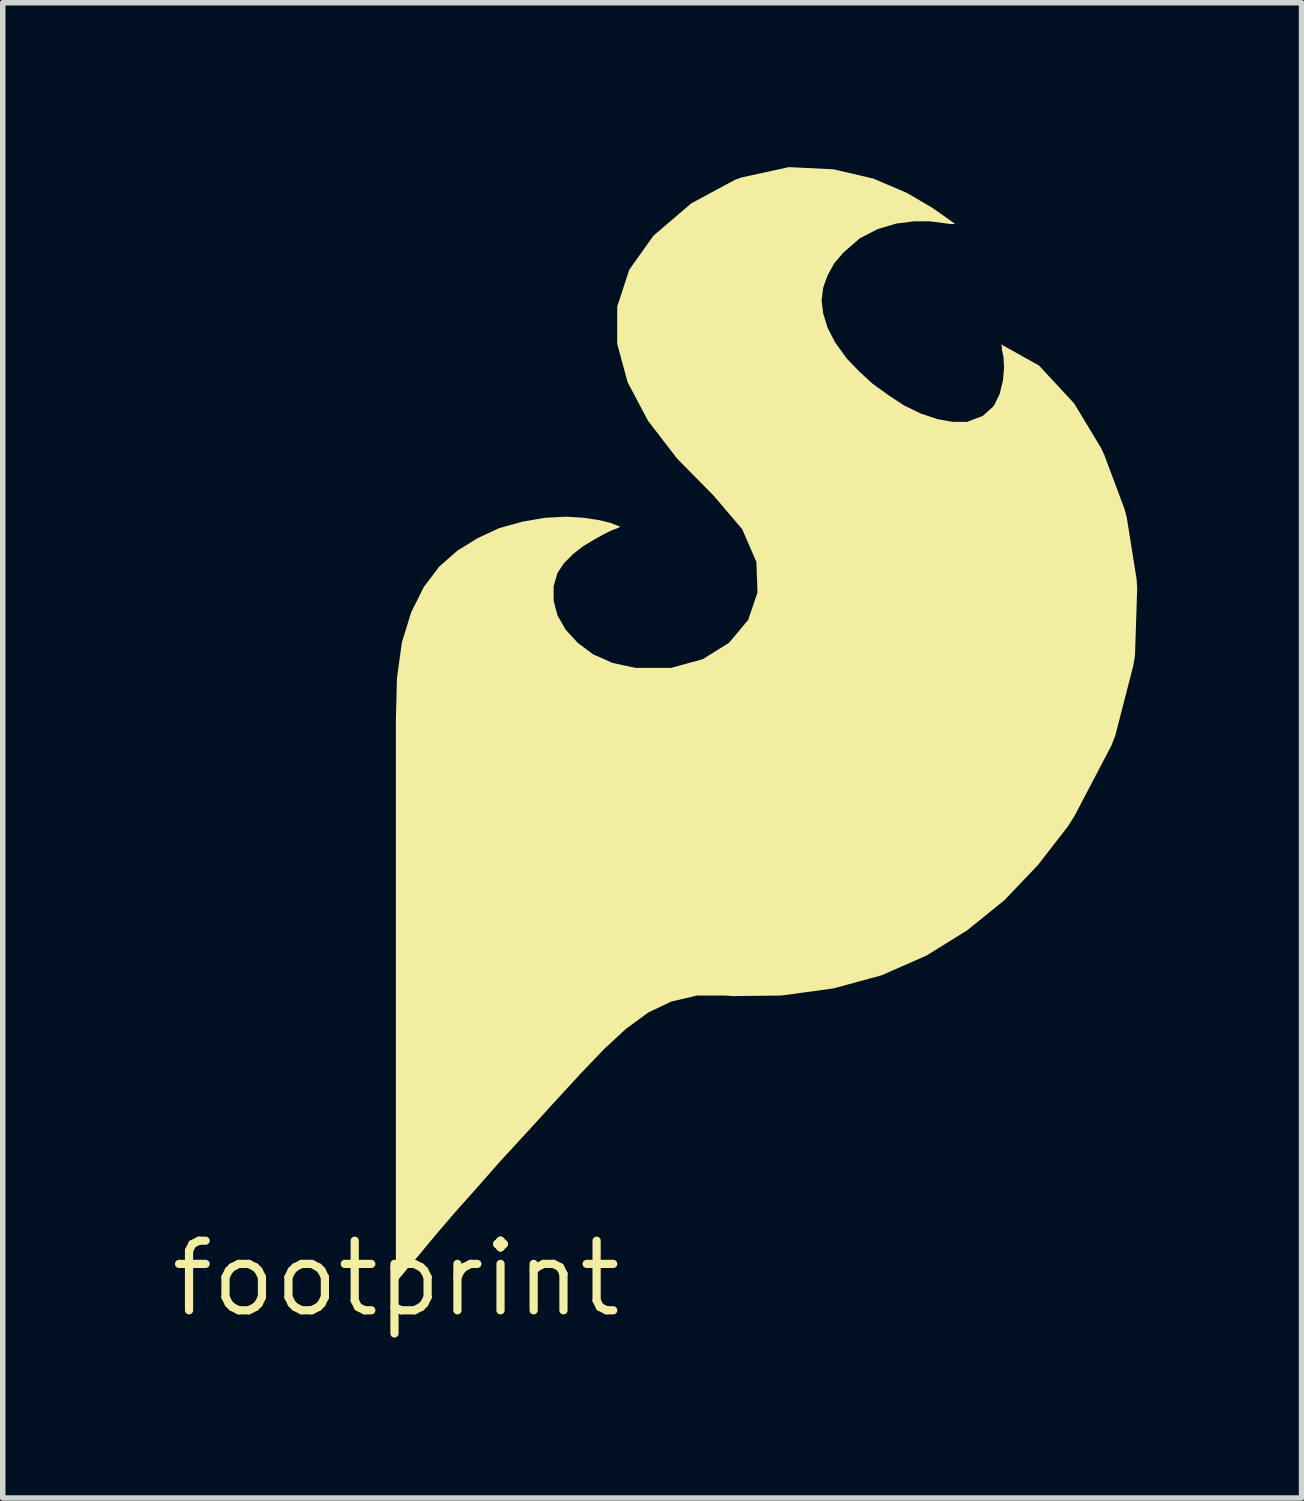
<source format=kicad_pcb>
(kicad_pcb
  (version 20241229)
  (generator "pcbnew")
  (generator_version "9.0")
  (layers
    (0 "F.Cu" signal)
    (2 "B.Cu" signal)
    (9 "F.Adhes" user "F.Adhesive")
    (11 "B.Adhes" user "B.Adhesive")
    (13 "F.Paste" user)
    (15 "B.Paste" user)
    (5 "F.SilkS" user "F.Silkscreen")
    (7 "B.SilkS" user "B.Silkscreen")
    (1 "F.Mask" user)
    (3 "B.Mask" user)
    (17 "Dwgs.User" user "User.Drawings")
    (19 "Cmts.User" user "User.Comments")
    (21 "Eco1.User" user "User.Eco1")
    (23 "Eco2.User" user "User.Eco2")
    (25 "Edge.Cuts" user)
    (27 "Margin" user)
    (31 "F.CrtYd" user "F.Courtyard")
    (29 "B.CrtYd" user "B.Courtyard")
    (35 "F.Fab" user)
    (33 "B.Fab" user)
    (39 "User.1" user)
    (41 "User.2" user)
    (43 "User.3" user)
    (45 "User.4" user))
  (footprint "footprint"
    (layer "F.Cu")
    (at 4.18 20.285)
    (property "Reference" "footprint" (at 0 0 0) (layer "F.SilkS") (effects (font (size 1.27 1.27) (thickness 0.15))))
    (fp_poly (pts (xy 7.981 -20.245) (xy 8.712 -20.075) (xy 9.322 -19.814) (xy 9.783 -19.544) (xy 10.083 -19.334) (xy 10.205 -19.245) (xy 10.13 -19.245) (xy 9.979 -19.265) (xy 9.74 -19.295) (xy 9.45 -19.295) (xy 9.131 -19.255) (xy 8.792 -19.155) (xy 8.463 -18.986) (xy 8.164 -18.726) (xy 7.994 -18.527) (xy 7.875 -18.308) (xy 7.795 -18.089) (xy 7.765 -17.85) (xy 7.795 -17.611) (xy 7.875 -17.352) (xy 8.014 -17.083) (xy 8.224 -16.793) (xy 8.443 -16.564) (xy 8.693 -16.334) (xy 8.983 -16.124) (xy 9.272 -15.934) (xy 9.582 -15.785) (xy 9.881 -15.685) (xy 10.16 -15.635) (xy 10.419 -15.635) (xy 10.707 -15.744) (xy 10.906 -15.923) (xy 11.015 -16.142) (xy 11.075 -16.391) (xy 11.095 -16.62) (xy 11.085 -16.819) (xy 11.055 -16.959) (xy 11.055 -17.019) (xy 11.038 -17.052) (xy 11.733 -16.664) (xy 12.374 -15.973) (xy 12.864 -15.162) (xy 12.925 -15.032) (xy 13.295 -14.042) (xy 13.335 -13.891) (xy 13.515 -12.761) (xy 13.525 -12.59) (xy 13.485 -11.37) (xy 13.455 -11.189) (xy 13.125 -9.908) (xy 13.055 -9.728) (xy 12.384 -8.448) (xy 12.264 -8.257) (xy 11.714 -7.547) (xy 11.103 -6.906) (xy 10.423 -6.356) (xy 9.682 -5.896) (xy 8.862 -5.535) (xy 7.981 -5.295) (xy 7.03 -5.165) (xy 6.14 -5.155) (xy 6.01 -5.165) (xy 5.491 -5.165) (xy 5.022 -5.055) (xy 4.603 -4.856) (xy 4.193 -4.556) (xy 3.794 -4.186) (xy 3.374 -3.747) (xy 2.914 -3.247) (xy 2.404 -2.687) (xy 1.924 -2.167) (xy 1.484 -1.667) (xy 1.074 -1.207) (xy 0.714 -0.787) (xy 0.424 -0.437) (xy 0.194 -0.167) (xy 0.054 0.003) (xy -0.005 0.074) (xy -0.005 -10.19) (xy 0.015 -10.96) (xy 0.105 -11.611) (xy 0.275 -12.162) (xy 0.506 -12.623) (xy 0.786 -12.993) (xy 1.117 -13.284) (xy 1.488 -13.514) (xy 1.878 -13.695) (xy 2.309 -13.815) (xy 2.719 -13.885) (xy 3.1 -13.905) (xy 3.421 -13.885) (xy 3.691 -13.845) (xy 3.901 -13.795) (xy 4.032 -13.745) (xy 4.092 -13.721) (xy 4.042 -13.695) (xy 3.932 -13.655) (xy 3.792 -13.586) (xy 3.612 -13.486) (xy 3.413 -13.366) (xy 3.233 -13.226) (xy 3.064 -13.057) (xy 2.945 -12.878) (xy 2.875 -12.639) (xy 2.875 -12.371) (xy 2.945 -12.102) (xy 3.094 -11.843) (xy 3.313 -11.604) (xy 3.593 -11.394) (xy 3.952 -11.235) (xy 4.371 -11.145) (xy 5.019 -11.145) (xy 5.598 -11.305) (xy 6.077 -11.604) (xy 6.426 -12.022) (xy 6.595 -12.521) (xy 6.575 -13.079) (xy 6.316 -13.677) (xy 5.796 -14.287) (xy 5.126 -14.967) (xy 4.596 -15.657) (xy 4.225 -16.358) (xy 4.035 -17.059) (xy 4.035 -17.741) (xy 4.255 -18.412) (xy 4.696 -19.033) (xy 5.387 -19.624) (xy 6.188 -20.055) (xy 6.299 -20.095) (xy 7.17 -20.285)) (stroke (width 0) (type solid)) (fill yes) (layer "F.SilkS")))
  (gr_rect
    (start -3 -3)
    (end 20.705 24.291)
    (stroke (width 0.1) (type default))
    (fill no)
    (layer "Edge.Cuts")))
</source>
